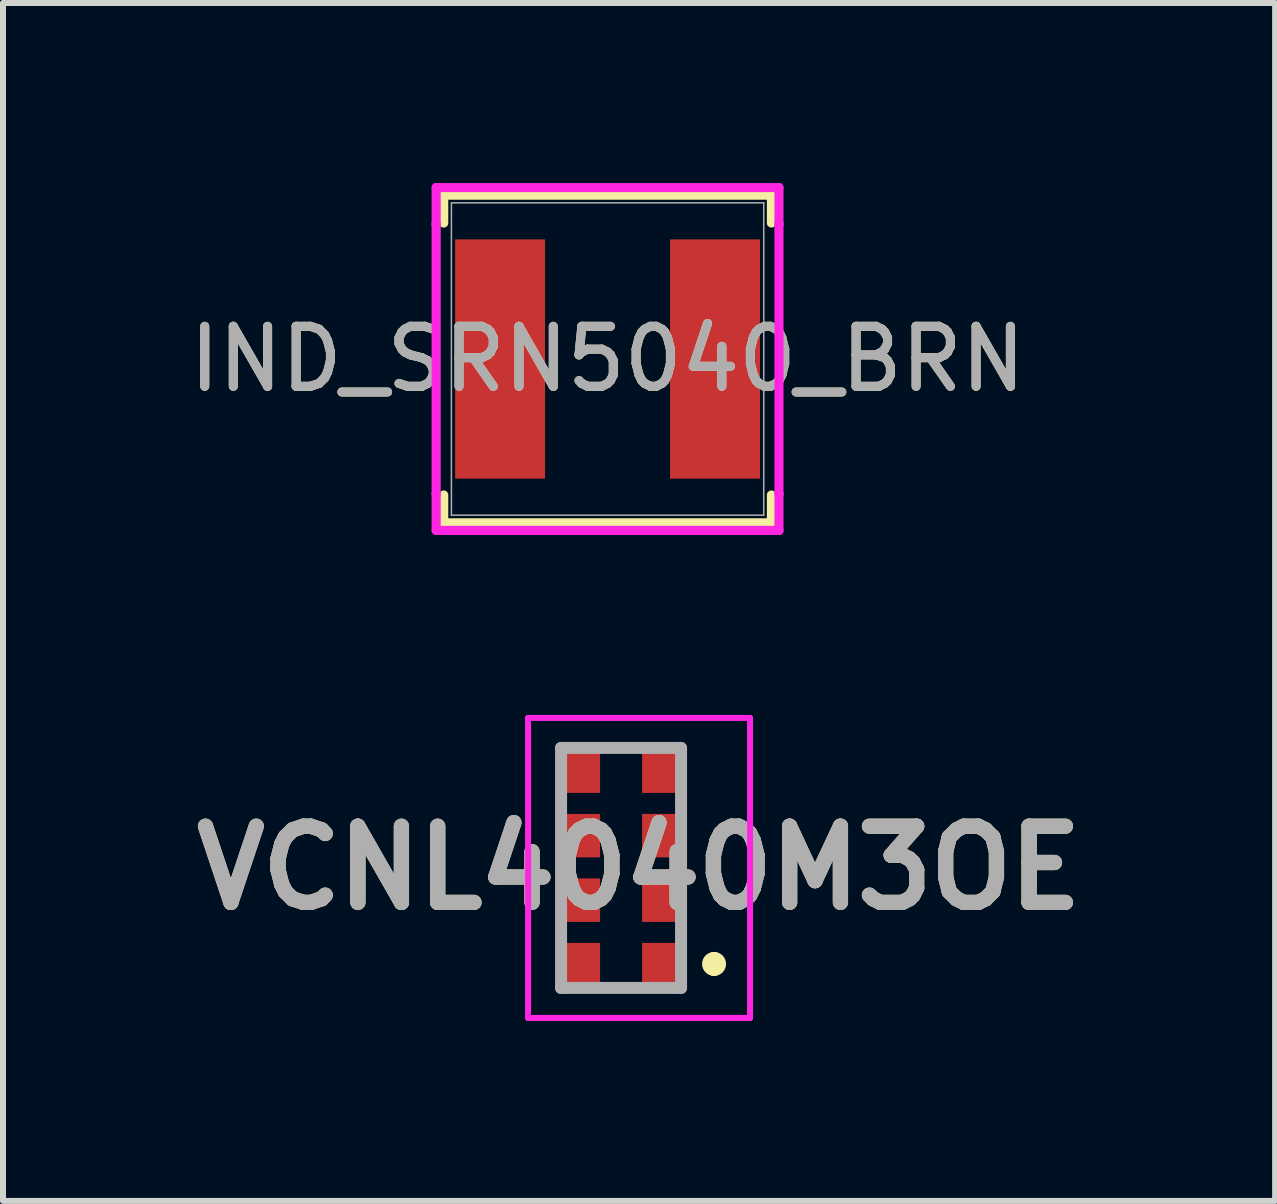
<source format=kicad_pcb>
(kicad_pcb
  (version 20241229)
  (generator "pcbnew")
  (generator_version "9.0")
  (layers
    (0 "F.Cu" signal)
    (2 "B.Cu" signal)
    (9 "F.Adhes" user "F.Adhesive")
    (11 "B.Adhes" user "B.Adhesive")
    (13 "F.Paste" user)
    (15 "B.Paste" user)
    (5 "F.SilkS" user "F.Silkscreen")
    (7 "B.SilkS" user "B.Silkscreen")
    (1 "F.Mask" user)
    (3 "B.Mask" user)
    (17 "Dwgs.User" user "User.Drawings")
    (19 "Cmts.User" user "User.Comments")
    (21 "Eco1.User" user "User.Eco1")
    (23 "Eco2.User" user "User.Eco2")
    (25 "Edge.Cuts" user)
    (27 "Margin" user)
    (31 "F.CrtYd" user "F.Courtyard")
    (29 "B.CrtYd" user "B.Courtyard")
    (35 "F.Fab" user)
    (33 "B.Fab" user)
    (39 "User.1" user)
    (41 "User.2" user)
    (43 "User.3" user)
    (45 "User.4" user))
  (footprint "IND_SRN5040_BRN"
    (layer "F.Cu")
    (at 7.077 2.934)
    (property "Reference" "IND_SRN5040_BRN" (at 0 0 0) (unlocked yes) (layer "F.SilkS") (effects (font (size 1 1) (thickness 0.15))))
    (attr smd)
    (fp_line (start -2.731 -2.731) (end -2.731 -2.267) (stroke (width 0.152) (type solid)) (layer "F.SilkS"))
    (fp_line (start -2.731 2.267) (end -2.731 2.731) (stroke (width 0.152) (type solid)) (layer "F.SilkS"))
    (fp_line (start -2.731 2.731) (end 2.731 2.731) (stroke (width 0.152) (type solid)) (layer "F.SilkS"))
    (fp_line (start 2.731 -2.731) (end -2.731 -2.731) (stroke (width 0.152) (type solid)) (layer "F.SilkS"))
    (fp_line (start 2.731 -2.267) (end 2.731 -2.731) (stroke (width 0.152) (type solid)) (layer "F.SilkS"))
    (fp_line (start 2.731 2.731) (end 2.731 2.267) (stroke (width 0.152) (type solid)) (layer "F.SilkS"))
    (fp_line (start -2.857 -2.857) (end 2.857 -2.857) (stroke (width 0.152) (type solid)) (layer "F.CrtYd"))
    (fp_line (start -2.857 -2.248) (end -2.857 -2.857) (stroke (width 0.152) (type solid)) (layer "F.CrtYd"))
    (fp_line (start -2.857 -2.248) (end -2.857 -2.248) (stroke (width 0.152) (type solid)) (layer "F.CrtYd"))
    (fp_line (start -2.857 2.248) (end -2.857 -2.248) (stroke (width 0.152) (type solid)) (layer "F.CrtYd"))
    (fp_line (start -2.857 2.248) (end -2.857 2.248) (stroke (width 0.152) (type solid)) (layer "F.CrtYd"))
    (fp_line (start -2.857 2.857) (end -2.857 2.248) (stroke (width 0.152) (type solid)) (layer "F.CrtYd"))
    (fp_line (start 2.857 -2.857) (end 2.857 -2.248) (stroke (width 0.152) (type solid)) (layer "F.CrtYd"))
    (fp_line (start 2.857 -2.248) (end 2.857 -2.248) (stroke (width 0.152) (type solid)) (layer "F.CrtYd"))
    (fp_line (start 2.857 -2.248) (end 2.857 2.248) (stroke (width 0.152) (type solid)) (layer "F.CrtYd"))
    (fp_line (start 2.857 2.248) (end 2.857 2.248) (stroke (width 0.152) (type solid)) (layer "F.CrtYd"))
    (fp_line (start 2.857 2.248) (end 2.857 2.857) (stroke (width 0.152) (type solid)) (layer "F.CrtYd"))
    (fp_line (start 2.857 2.857) (end -2.857 2.857) (stroke (width 0.152) (type solid)) (layer "F.CrtYd"))
    (fp_line (start -2.603 -2.603) (end -2.603 2.603) (stroke (width 0.025) (type solid)) (layer "F.Fab"))
    (fp_line (start -2.603 2.603) (end 2.603 2.603) (stroke (width 0.025) (type solid)) (layer "F.Fab"))
    (fp_line (start 2.603 -2.603) (end -2.603 -2.603) (stroke (width 0.025) (type solid)) (layer "F.Fab"))
    (fp_line (start 2.603 2.603) (end 2.603 -2.603) (stroke (width 0.025) (type solid)) (layer "F.Fab"))
    (fp_circle (center -2.527 0) (end -2.527 0) (stroke (width 0.025) (type solid)) (fill no) (layer "F.Fab"))
    (fp_text user "${REFERENCE}" (at 0 0 0) (unlocked yes) (layer "F.Fab") (effects (font (size 1 1) (thickness 0.15))))
    (pad "1" smd rect (at -1.791 0) (size 1.499 3.988) (layers "F.Cu" "F.Mask" "F.Paste"))
    (pad "2" smd rect (at 1.791 0) (size 1.499 3.988) (layers "F.Cu" "F.Mask" "F.Paste"))
    (zone (net_name "") (layer "F.Cu") (hatch full 0.508) (connect_pads) (min_thickness 0.254) (filled_areas_thickness no) (keepout (tracks not_allowed) (vias not_allowed) (pads allowed) (copperpour not_allowed) (footprints allowed)) (placement (enabled no)) (fill) (polygon (pts (xy 6.087 0.381) (xy 8.068 0.381) (xy 8.068 5.486) (xy 6.087 5.486)))))
  (footprint "VCNL4040M3OE"
    (layer "F.Cu")
    (at 7.302 11.417)
    (property "Reference" "VCNL4040M3OE" (at 0.3 0 0) (layer "F.SilkS") (effects (font (size 1.27 1.27) (thickness 0.254))))
    (attr smd)
    (fp_line (start -0.1 -2) (end 0.1 -2) (stroke (width 0.1) (type solid)) (layer "F.SilkS"))
    (fp_line (start -0.1 2) (end 0.1 2) (stroke (width 0.1) (type solid)) (layer "F.SilkS"))
    (fp_line (start 1.55 1.5) (end 1.55 1.5) (stroke (width 0.2) (type solid)) (layer "F.SilkS"))
    (fp_line (start 1.55 1.7) (end 1.55 1.7) (stroke (width 0.2) (type solid)) (layer "F.SilkS"))
    (fp_arc (start 1.55 1.5) (mid 1.65 1.6) (end 1.55 1.7) (stroke (width 0.2) (type solid)) (layer "F.SilkS"))
    (fp_arc (start 1.55 1.7) (mid 1.45 1.6) (end 1.55 1.5) (stroke (width 0.2) (type solid)) (layer "F.SilkS"))
    (fp_line (start -1.55 -2.5) (end 2.15 -2.5) (stroke (width 0.1) (type solid)) (layer "F.CrtYd"))
    (fp_line (start -1.55 2.5) (end -1.55 -2.5) (stroke (width 0.1) (type solid)) (layer "F.CrtYd"))
    (fp_line (start 2.15 -2.5) (end 2.15 2.5) (stroke (width 0.1) (type solid)) (layer "F.CrtYd"))
    (fp_line (start 2.15 2.5) (end -1.55 2.5) (stroke (width 0.1) (type solid)) (layer "F.CrtYd"))
    (fp_line (start -1 -2) (end 1 -2) (stroke (width 0.2) (type solid)) (layer "F.Fab"))
    (fp_line (start -1 2) (end -1 -2) (stroke (width 0.2) (type solid)) (layer "F.Fab"))
    (fp_line (start 1 -2) (end 1 2) (stroke (width 0.2) (type solid)) (layer "F.Fab"))
    (fp_line (start 1 2) (end -1 2) (stroke (width 0.2) (type solid)) (layer "F.Fab"))
    (fp_text user "${REFERENCE}" (at 0.3 0 0) (layer "F.Fab") (effects (font (size 1.27 1.27) (thickness 0.254))))
    (pad "1" smd rect (at 0.7 1.612) (size 0.7 0.725) (layers "F.Cu" "F.Mask" "F.Paste"))
    (pad "2" smd rect (at 0.7 0.537) (size 0.7 0.725) (layers "F.Cu" "F.Mask" "F.Paste"))
    (pad "3" smd rect (at 0.7 -0.538) (size 0.7 0.725) (layers "F.Cu" "F.Mask" "F.Paste"))
    (pad "4" smd rect (at 0.7 -1.613) (size 0.7 0.725) (layers "F.Cu" "F.Mask" "F.Paste"))
    (pad "5" smd rect (at -0.7 -1.613) (size 0.7 0.725) (layers "F.Cu" "F.Mask" "F.Paste"))
    (pad "6" smd rect (at -0.7 -0.538) (size 0.7 0.725) (layers "F.Cu" "F.Mask" "F.Paste"))
    (pad "7" smd rect (at -0.7 0.537) (size 0.7 0.725) (layers "F.Cu" "F.Mask" "F.Paste"))
    (pad "8" smd rect (at -0.7 1.612) (size 0.7 0.725) (layers "F.Cu" "F.Mask" "F.Paste")))
  (gr_rect
    (start -3 -3)
    (end 18.204 16.967)
    (stroke (width 0.1) (type default))
    (fill no)
    (layer "Edge.Cuts")))
</source>
